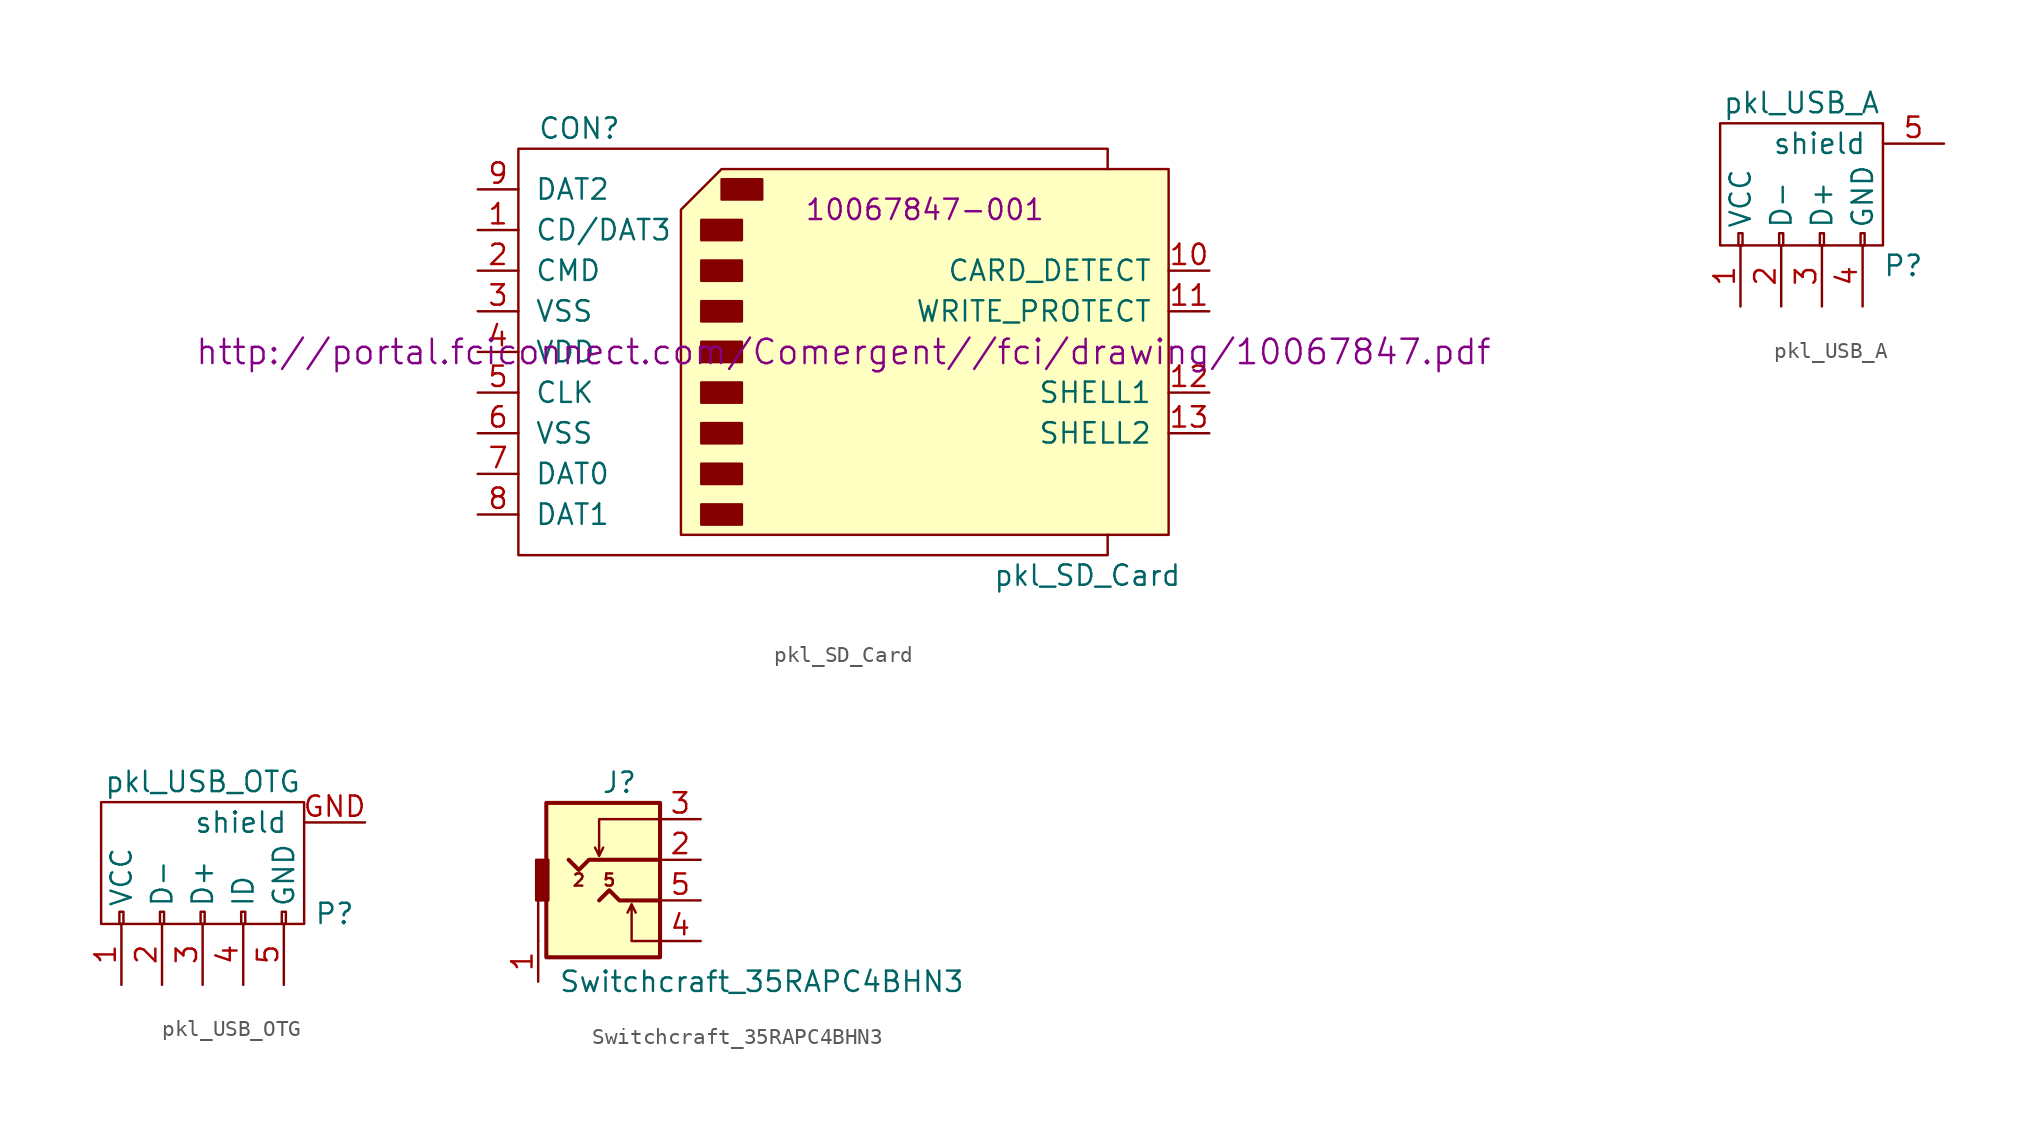
<source format=kicad_sym>
(kicad_symbol_lib
  (version 20201005)
  (generator kicad_symbol_editor)
  (symbol "pkl_conn:pkl_SD_Card"
    (pin_names
      (offset 1.016))
    (property "Reference" "CON"
      (at -16.51 13.97 0)
      (effects (font (size 1.27 1.27))))
    (property "Value" "pkl_SD_Card"
      (at 15.24 -13.97 0)
      (effects (font (size 1.27 1.27))))
    (property "Footprint" "10067847-001"
      (at 5.08 8.89 0)
      (effects (font (size 1.27 1.27))))
    (property "Datasheet" "http://portal.fciconnect.com/Comergent//fci/drawing/10067847.pdf"
      (at 0 0 0)
      (effects (font (size 1.524 1.524))))
    (symbol "pkl_SD_Card_0_1"
      (rectangle (start -8.89 -9.525) (end -6.35 -10.795) (stroke (width 0)) (fill (type outline)))
      (rectangle (start -8.89 -6.985) (end -6.35 -8.255) (stroke (width 0)) (fill (type outline)))
      (rectangle (start -8.89 -4.445) (end -6.35 -5.715) (stroke (width 0)) (fill (type outline)))
      (rectangle (start -8.89 -1.905) (end -6.35 -3.175) (stroke (width 0)) (fill (type outline)))
      (rectangle (start -8.89 0.635) (end -6.35 -0.635) (stroke (width 0)) (fill (type outline)))
      (rectangle (start -8.89 3.175) (end -6.35 1.905) (stroke (width 0)) (fill (type outline)))
      (rectangle (start -8.89 5.715) (end -6.35 4.445) (stroke (width 0)) (fill (type outline)))
      (rectangle (start -8.89 8.255) (end -6.35 6.985) (stroke (width 0)) (fill (type outline)))
      (rectangle (start -7.62 10.795) (end -5.08 9.525) (stroke (width 0)) (fill (type outline)))
      (polyline (pts (xy -10.16 8.89) (xy -7.62 11.43) (xy 20.32 11.43) (xy 20.32 -11.43) (xy -10.16 -11.43) (xy -10.16 8.89)) (stroke (width 0)) (fill (type background)))
      (polyline (pts (xy 16.51 11.43) (xy 16.51 12.7) (xy -20.32 12.7) (xy -20.32 -12.7) (xy 16.51 -12.7) (xy 16.51 -11.43)) (stroke (width 0)) (fill (type none))))
    (symbol "pkl_SD_Card_1_1"
      (pin input line (at -22.86 7.62 0) (length 2.54) (name "CD/DAT3" (effects (font (size 1.27 1.27)))) (number "1" (effects (font (size 1.27 1.27)))))
      (pin input line (at 22.86 5.08 180) (length 2.54) (name "CARD_DETECT" (effects (font (size 1.27 1.27)))) (number "10" (effects (font (size 1.27 1.27)))))
      (pin input line (at 22.86 2.54 180) (length 2.54) (name "WRITE_PROTECT" (effects (font (size 1.27 1.27)))) (number "11" (effects (font (size 1.27 1.27)))))
      (pin input line (at 22.86 -2.54 180) (length 2.54) (name "SHELL1" (effects (font (size 1.27 1.27)))) (number "12" (effects (font (size 1.27 1.27)))))
      (pin input line (at 22.86 -5.08 180) (length 2.54) (name "SHELL2" (effects (font (size 1.27 1.27)))) (number "13" (effects (font (size 1.27 1.27)))))
      (pin input line (at -22.86 5.08 0) (length 2.54) (name "CMD" (effects (font (size 1.27 1.27)))) (number "2" (effects (font (size 1.27 1.27)))))
      (pin input line (at -22.86 2.54 0) (length 2.54) (name "VSS" (effects (font (size 1.27 1.27)))) (number "3" (effects (font (size 1.27 1.27)))))
      (pin input line (at -22.86 0 0) (length 2.54) (name "VDD" (effects (font (size 1.27 1.27)))) (number "4" (effects (font (size 1.27 1.27)))))
      (pin input line (at -22.86 -2.54 0) (length 2.54) (name "CLK" (effects (font (size 1.27 1.27)))) (number "5" (effects (font (size 1.27 1.27)))))
      (pin input line (at -22.86 -5.08 0) (length 2.54) (name "VSS" (effects (font (size 1.27 1.27)))) (number "6" (effects (font (size 1.27 1.27)))))
      (pin input line (at -22.86 -7.62 0) (length 2.54) (name "DAT0" (effects (font (size 1.27 1.27)))) (number "7" (effects (font (size 1.27 1.27)))))
      (pin input line (at -22.86 -10.16 0) (length 2.54) (name "DAT1" (effects (font (size 1.27 1.27)))) (number "8" (effects (font (size 1.27 1.27)))))
      (pin input line (at -22.86 10.16 0) (length 2.54) (name "DAT2" (effects (font (size 1.27 1.27)))) (number "9" (effects (font (size 1.27 1.27)))))))
  (symbol "pkl_conn:pkl_USB_A"
    (pin_names
      (offset 1.016))
    (property "Reference" "P"
      (at 5.08 -5.08 0)
      (effects (font (size 1.27 1.27))))
    (property "Value" "pkl_USB_A"
      (at -1.27 5.08 0)
      (effects (font (size 1.27 1.27))))
    (property "Footprint" ""
      (at -1.27 -2.54 90)
      (effects (font (size 1.524 1.524))))
    (property "Datasheet" ""
      (at -1.27 -2.54 90)
      (effects (font (size 1.524 1.524))))
    (symbol "pkl_USB_A_0_1"
      (rectangle (start -6.35 -3.81) (end 3.81 3.81) (stroke (width 0)) (fill (type none)))
      (rectangle (start -5.207 -3.81) (end -4.953 -3.048) (stroke (width 0)) (fill (type none)))
      (rectangle (start -2.667 -3.81) (end -2.413 -3.048) (stroke (width 0)) (fill (type none)))
      (rectangle (start -0.127 -3.81) (end 0.127 -3.048) (stroke (width 0)) (fill (type none)))
      (rectangle (start 2.413 -3.81) (end 2.667 -3.048) (stroke (width 0)) (fill (type none))))
    (symbol "pkl_USB_A_1_1"
      (pin power_in line (at -5.08 -7.62 90) (length 3.81) (name "VCC" (effects (font (size 1.27 1.27)))) (number "1" (effects (font (size 1.27 1.27)))))
      (pin passive line (at -2.54 -7.62 90) (length 3.81) (name "D-" (effects (font (size 1.27 1.27)))) (number "2" (effects (font (size 1.27 1.27)))))
      (pin passive line (at 0 -7.62 90) (length 3.81) (name "D+" (effects (font (size 1.27 1.27)))) (number "3" (effects (font (size 1.27 1.27)))))
      (pin power_in line (at 2.54 -7.62 90) (length 3.81) (name "GND" (effects (font (size 1.27 1.27)))) (number "4" (effects (font (size 1.27 1.27)))))
      (pin passive line (at 7.62 2.54 180) (length 3.81) (name "shield" (effects (font (size 1.27 1.27)))) (number "5" (effects (font (size 1.27 1.27)))))))
  (symbol "pkl_conn:pkl_USB_OTG"
    (pin_names
      (offset 1.016))
    (property "Reference" "P"
      (at 8.255 -3.175 0)
      (effects (font (size 1.27 1.27))))
    (property "Value" "pkl_USB_OTG"
      (at 0 5.08 0)
      (effects (font (size 1.27 1.27))))
    (property "Footprint" ""
      (at -1.27 -2.54 90)
      (effects (font (size 1.524 1.524))))
    (property "Datasheet" ""
      (at -1.27 -2.54 90)
      (effects (font (size 1.524 1.524))))
    (symbol "pkl_USB_OTG_0_1"
      (rectangle (start -6.35 -3.81) (end 6.35 3.81) (stroke (width 0)) (fill (type none)))
      (rectangle (start -5.207 -3.81) (end -4.953 -3.048) (stroke (width 0)) (fill (type none)))
      (rectangle (start -2.667 -3.81) (end -2.413 -3.048) (stroke (width 0)) (fill (type none)))
      (rectangle (start -0.127 -3.81) (end 0.127 -3.048) (stroke (width 0)) (fill (type none)))
      (rectangle (start 2.413 -3.81) (end 2.667 -3.048) (stroke (width 0)) (fill (type none)))
      (rectangle (start 4.953 -3.81) (end 5.207 -3.048) (stroke (width 0)) (fill (type none))))
    (symbol "pkl_USB_OTG_1_1"
      (pin power_out line (at -5.08 -7.62 90) (length 3.81) (name "VCC" (effects (font (size 1.27 1.27)))) (number "1" (effects (font (size 1.27 1.27)))))
      (pin passive line (at -2.54 -7.62 90) (length 3.81) (name "D-" (effects (font (size 1.27 1.27)))) (number "2" (effects (font (size 1.27 1.27)))))
      (pin passive line (at 0 -7.62 90) (length 3.81) (name "D+" (effects (font (size 1.27 1.27)))) (number "3" (effects (font (size 1.27 1.27)))))
      (pin power_in line (at 2.54 -7.62 90) (length 3.81) (name "ID" (effects (font (size 1.27 1.27)))) (number "4" (effects (font (size 1.27 1.27)))))
      (pin power_in line (at 5.08 -7.62 90) (length 3.81) (name "GND" (effects (font (size 1.27 1.27)))) (number "5" (effects (font (size 1.27 1.27)))))
      (pin passive line (at 10.16 2.54 180) (length 3.81) (name "shield" (effects (font (size 1.27 1.27)))) (number "GND" (effects (font (size 1.27 1.27)))))))
  (symbol "pkl_conn:Switchcraft_35RAPC4BHN3"
    (pin_names
      (offset 1.016))
    (property "Reference" "J"
      (at 0 7.366 0)
      (effects (font (size 1.27 1.27))))
    (property "Value" "Switchcraft_35RAPC4BHN3"
      (at -3.81 -5.08 0)
      (effects (font (size 1.27 1.27)) (justify left)))
    (symbol "Switchcraft_35RAPC4BHN3_0_0"
      (text "2" (at -2.54 1.27 0) (effects (font (size 0.762 0.762))))
      (text "5" (at -0.635 1.27 0) (effects (font (size 0.762 0.762))))
      (rectangle (start -4.572 6.096) (end 2.54 -3.556) (stroke (width 0.254)) (fill (type background)))
      (polyline (pts (xy -5.08 -2.54) (xy -5.08 0)) (stroke (width 0)) (fill (type none)))
      (polyline (pts (xy -1.27 2.794) (xy -1.016 3.302)) (stroke (width 0)) (fill (type none)))
      (polyline (pts (xy 1.016 -0.762) (xy 0.762 -0.254)) (stroke (width 0)) (fill (type none)))
      (polyline (pts (xy 2.54 -2.54) (xy 0.762 -2.54) (xy 0.762 -0.254) (xy 0.508 -0.762)) (stroke (width 0)) (fill (type none)))
      (polyline (pts (xy 2.54 5.08) (xy -1.27 5.08) (xy -1.27 2.794) (xy -1.524 3.302)) (stroke (width 0)) (fill (type none))))
    (symbol "Switchcraft_35RAPC4BHN3_0_1"
      (rectangle (start -4.445 0) (end -5.207 2.54) (stroke (width 0)) (fill (type outline)))
      (polyline (pts (xy -1.27 0) (xy -0.635 0.635) (xy 0 0) (xy 2.54 0)) (stroke (width 0.254)) (fill (type none)))
      (polyline (pts (xy 2.54 2.54) (xy -1.905 2.54) (xy -2.54 1.905) (xy -3.175 2.54)) (stroke (width 0.254)) (fill (type none))))
    (symbol "Switchcraft_35RAPC4BHN3_1_1"
      (pin passive line (at -5.08 -5.08 90) (length 2.54) (name "~" (effects (font (size 1.27 1.27)))) (number "1" (effects (font (size 1.27 1.27)))))
      (pin passive line (at 5.08 2.54 180) (length 2.54) (name "~" (effects (font (size 1.27 1.27)))) (number "2" (effects (font (size 1.27 1.27)))))
      (pin passive line (at 5.08 5.08 180) (length 2.54) (name "~" (effects (font (size 1.27 1.27)))) (number "3" (effects (font (size 1.27 1.27)))))
      (pin passive line (at 5.08 -2.54 180) (length 2.54) (name "~" (effects (font (size 1.27 1.27)))) (number "4" (effects (font (size 1.27 1.27)))))
      (pin passive line (at 5.08 0 180) (length 2.54) (name "~" (effects (font (size 1.27 1.27)))) (number "5" (effects (font (size 1.27 1.27))))))))
</source>
